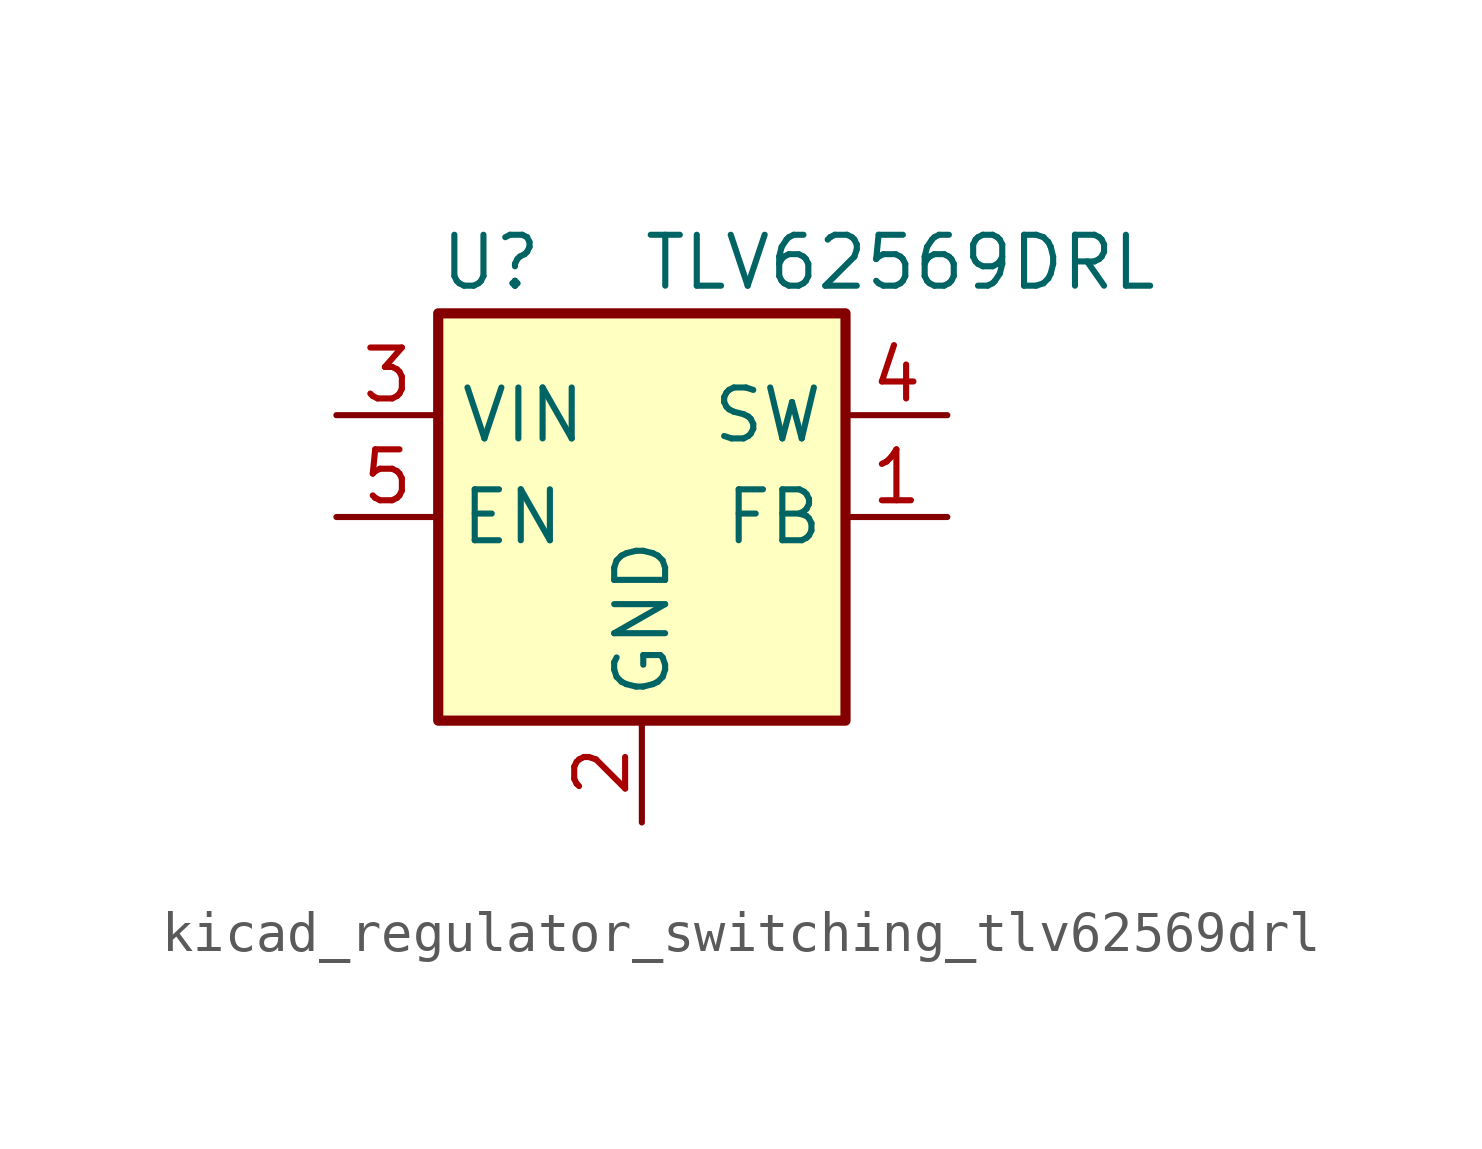
<source format=kicad_sym>
(kicad_symbol_lib
  (version 20220914)
  (generator kicad_symbol_editor)
  (symbol "kicad_regulator_switching_tlv62569drl"
    (property "Reference" "U"
      (at -5.08 6.35 0)
      (effects (font (size 1.27 1.27)) (justify left)))
    (property "Value" "TLV62569DRL"
      (at 0 6.35 0)
      (effects (font (size 1.27 1.27)) (justify left)))
    (symbol "kicad_regulator_switching_tlv62569drl_0_1"
      (rectangle (start -5.08 5.08) (end 5.08 -5.08) (stroke (width 0.254) (type default)) (fill (type background))))
    (symbol "kicad_regulator_switching_tlv62569drl_1_1"
      (pin input line (at 7.62 0 180) (length 2.54) (name "FB" (effects (font (size 1.27 1.27)))) (number "1" (effects (font (size 1.27 1.27)))))
      (pin power_in line (at 0 -7.62 90) (length 2.54) (name "GND" (effects (font (size 1.27 1.27)))) (number "2" (effects (font (size 1.27 1.27)))))
      (pin power_in line (at -7.62 2.54 0) (length 2.54) (name "VIN" (effects (font (size 1.27 1.27)))) (number "3" (effects (font (size 1.27 1.27)))))
      (pin power_out line (at 7.62 2.54 180) (length 2.54) (name "SW" (effects (font (size 1.27 1.27)))) (number "4" (effects (font (size 1.27 1.27)))))
      (pin input line (at -7.62 0 0) (length 2.54) (name "EN" (effects (font (size 1.27 1.27)))) (number "5" (effects (font (size 1.27 1.27)))))
      (pin no_connect line (at 5.08 -2.54 180) (length 2.54) hide (name "NC" (effects (font (size 1.27 1.27)))) (number "6" (effects (font (size 1.27 1.27))))))))
</source>
